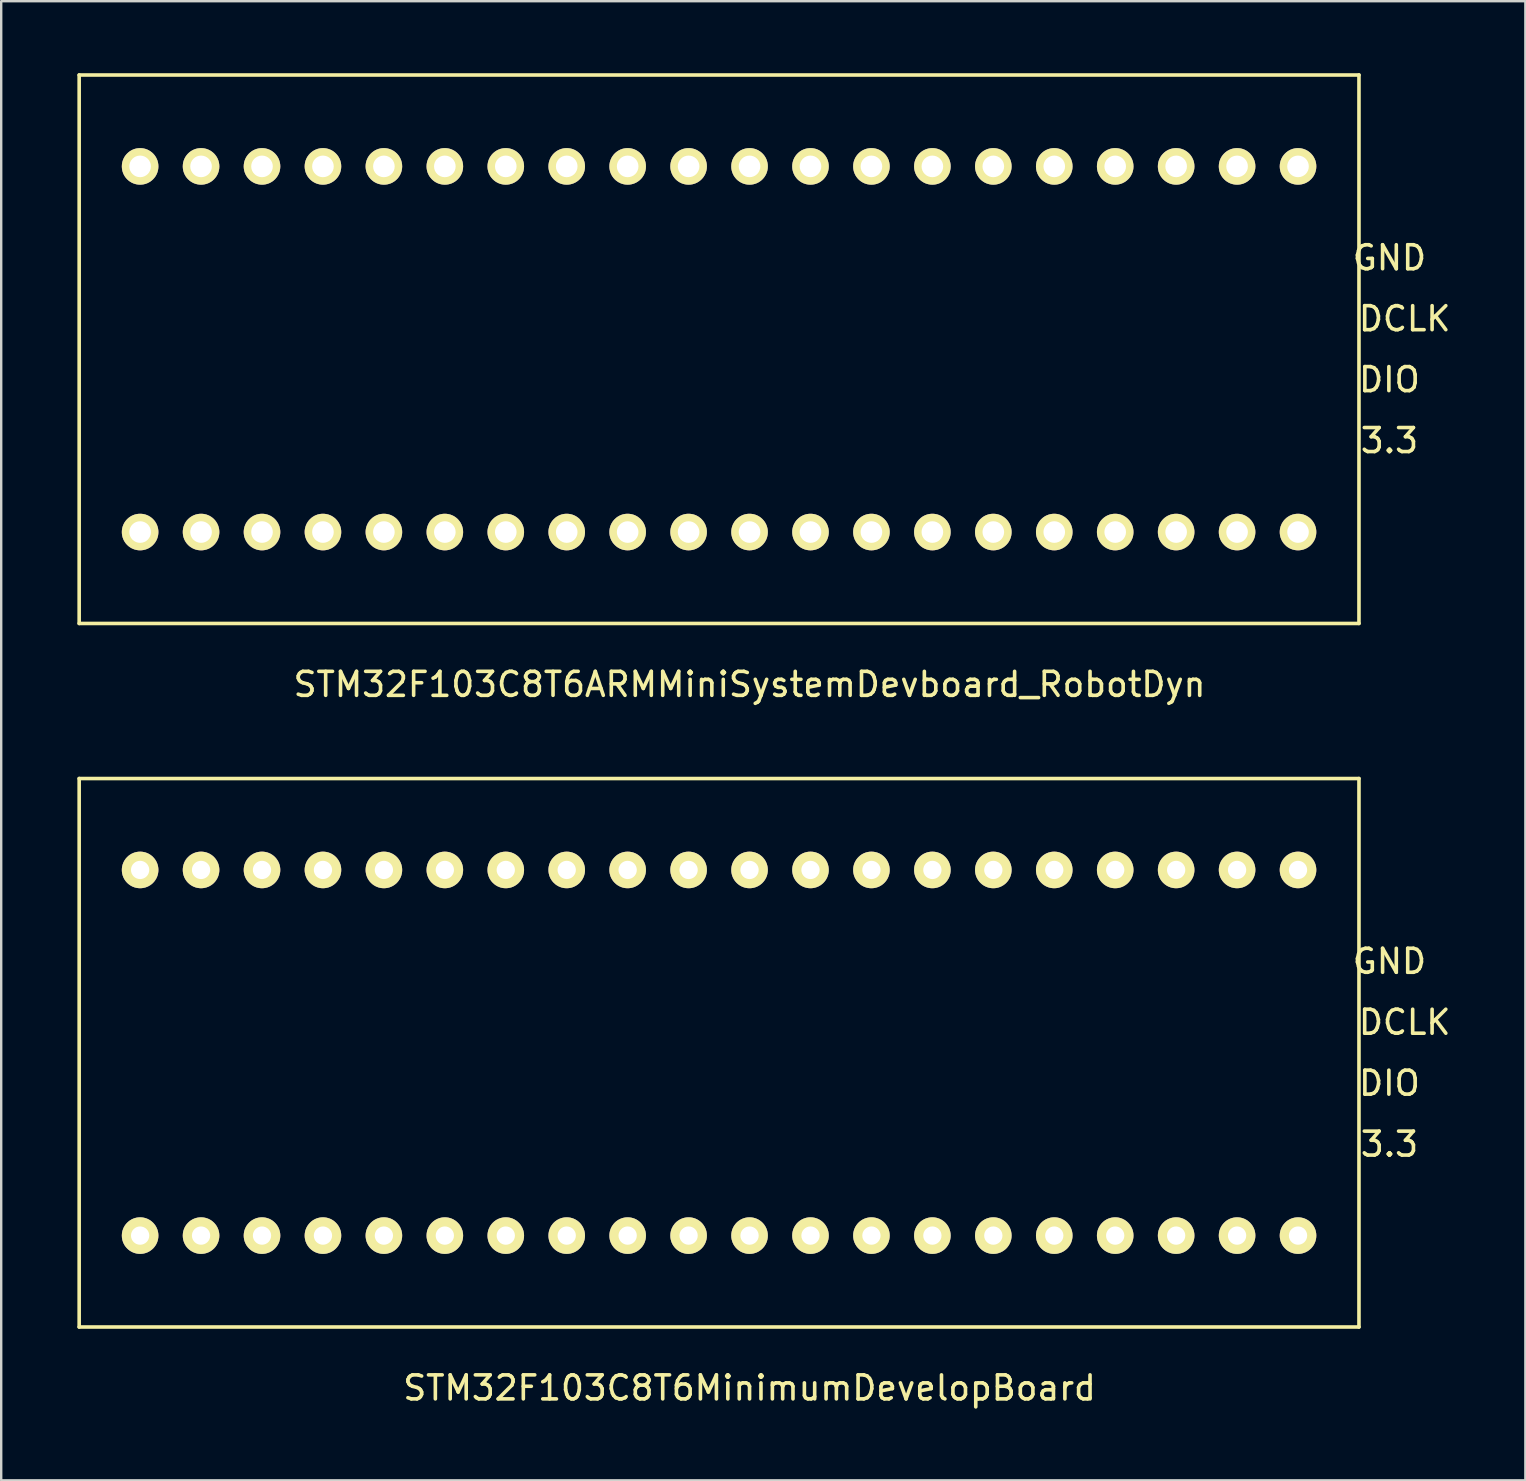
<source format=kicad_pcb>
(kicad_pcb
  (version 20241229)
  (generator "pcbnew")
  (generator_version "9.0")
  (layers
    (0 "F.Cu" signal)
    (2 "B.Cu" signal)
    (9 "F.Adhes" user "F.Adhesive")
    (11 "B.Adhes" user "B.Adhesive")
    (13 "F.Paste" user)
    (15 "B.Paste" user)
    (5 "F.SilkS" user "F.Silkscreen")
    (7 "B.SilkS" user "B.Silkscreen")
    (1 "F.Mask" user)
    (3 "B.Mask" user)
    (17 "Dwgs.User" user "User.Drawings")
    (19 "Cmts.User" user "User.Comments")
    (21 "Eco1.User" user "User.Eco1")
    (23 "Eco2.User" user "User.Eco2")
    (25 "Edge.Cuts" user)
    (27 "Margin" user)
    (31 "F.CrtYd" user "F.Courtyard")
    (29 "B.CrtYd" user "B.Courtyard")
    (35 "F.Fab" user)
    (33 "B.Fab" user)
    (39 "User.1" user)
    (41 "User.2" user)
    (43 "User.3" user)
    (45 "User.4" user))
  (footprint "STM32F103C8T6MinimumDevelopBoard"
    (layer "F.Cu")
    (at 0.25 52.258)
    (property "Reference" "STM32F103C8T6MinimumDevelopBoard" (at 27.94 2.54 0) (layer "F.SilkS") (effects (font (size 1 1) (thickness 0.15))))
    (attr through_hole)
    (fp_line (start 0 -22.86) (end 53.34 -22.86) (stroke (width 0.15) (type solid)) (layer "F.SilkS"))
    (fp_line (start 0 0) (end 0 -22.86) (stroke (width 0.15) (type solid)) (layer "F.SilkS"))
    (fp_line (start 53.34 -22.86) (end 53.34 0) (stroke (width 0.15) (type solid)) (layer "F.SilkS"))
    (fp_line (start 53.34 0) (end 0 0) (stroke (width 0.15) (type solid)) (layer "F.SilkS"))
    (fp_text user "DCLK" (at 55.245 -12.7 0) (layer "F.SilkS") (effects (font (size 1 1) (thickness 0.15))))
    (fp_text user "DIO" (at 54.61 -10.16 0) (layer "F.SilkS") (effects (font (size 1 1) (thickness 0.15))))
    (fp_text user "GND" (at 54.61 -15.24 0) (layer "F.SilkS") (effects (font (size 1 1) (thickness 0.15))))
    (fp_text user "3.3" (at 54.61 -7.62 0) (layer "F.SilkS") (effects (font (size 1 1) (thickness 0.15))))
    (pad "1" thru_hole circle (at 2.54 -3.81) (size 1.524 1.524) (drill 0.762) (layers "*.Cu" "*.Mask" "F.SilkS"))
    (pad "2" thru_hole circle (at 5.08 -3.81) (size 1.524 1.524) (drill 0.762) (layers "*.Cu" "*.Mask" "F.SilkS"))
    (pad "3" thru_hole circle (at 7.62 -3.81) (size 1.524 1.524) (drill 0.762) (layers "*.Cu" "*.Mask" "F.SilkS"))
    (pad "4" thru_hole circle (at 10.16 -3.81) (size 1.524 1.524) (drill 0.762) (layers "*.Cu" "*.Mask" "F.SilkS"))
    (pad "5" thru_hole circle (at 12.7 -3.81) (size 1.524 1.524) (drill 0.762) (layers "*.Cu" "*.Mask" "F.SilkS"))
    (pad "6" thru_hole circle (at 15.24 -3.81) (size 1.524 1.524) (drill 0.762) (layers "*.Cu" "*.Mask" "F.SilkS"))
    (pad "7" thru_hole circle (at 17.78 -3.81) (size 1.524 1.524) (drill 0.762) (layers "*.Cu" "*.Mask" "F.SilkS"))
    (pad "8" thru_hole circle (at 20.32 -3.81) (size 1.524 1.524) (drill 0.762) (layers "*.Cu" "*.Mask" "F.SilkS"))
    (pad "9" thru_hole circle (at 22.86 -3.81) (size 1.524 1.524) (drill 0.762) (layers "*.Cu" "*.Mask" "F.SilkS"))
    (pad "10" thru_hole circle (at 25.4 -3.81) (size 1.524 1.524) (drill 0.762) (layers "*.Cu" "*.Mask" "F.SilkS"))
    (pad "11" thru_hole circle (at 27.94 -3.81) (size 1.524 1.524) (drill 0.762) (layers "*.Cu" "*.Mask" "F.SilkS"))
    (pad "12" thru_hole circle (at 30.48 -3.81) (size 1.524 1.524) (drill 0.762) (layers "*.Cu" "*.Mask" "F.SilkS"))
    (pad "13" thru_hole circle (at 33.02 -3.81) (size 1.524 1.524) (drill 0.762) (layers "*.Cu" "*.Mask" "F.SilkS"))
    (pad "14" thru_hole circle (at 35.56 -3.81) (size 1.524 1.524) (drill 0.762) (layers "*.Cu" "*.Mask" "F.SilkS"))
    (pad "15" thru_hole circle (at 38.1 -3.81) (size 1.524 1.524) (drill 0.762) (layers "*.Cu" "*.Mask" "F.SilkS"))
    (pad "16" thru_hole circle (at 40.64 -3.81) (size 1.524 1.524) (drill 0.762) (layers "*.Cu" "*.Mask" "F.SilkS"))
    (pad "17" thru_hole circle (at 43.18 -3.81) (size 1.524 1.524) (drill 0.762) (layers "*.Cu" "*.Mask" "F.SilkS"))
    (pad "18" thru_hole circle (at 45.72 -3.81) (size 1.524 1.524) (drill 0.762) (layers "*.Cu" "*.Mask" "F.SilkS"))
    (pad "19" thru_hole circle (at 48.26 -3.81) (size 1.524 1.524) (drill 0.762) (layers "*.Cu" "*.Mask" "F.SilkS"))
    (pad "20" thru_hole circle (at 50.8 -3.81) (size 1.524 1.524) (drill 0.762) (layers "*.Cu" "*.Mask" "F.SilkS"))
    (pad "21" thru_hole circle (at 50.8 -19.05) (size 1.524 1.524) (drill 0.762) (layers "*.Cu" "*.Mask" "F.SilkS"))
    (pad "22" thru_hole circle (at 48.26 -19.05) (size 1.524 1.524) (drill 0.762) (layers "*.Cu" "*.Mask" "F.SilkS"))
    (pad "23" thru_hole circle (at 45.72 -19.05) (size 1.524 1.524) (drill 0.762) (layers "*.Cu" "*.Mask" "F.SilkS"))
    (pad "24" thru_hole circle (at 43.18 -19.05) (size 1.524 1.524) (drill 0.762) (layers "*.Cu" "*.Mask" "F.SilkS"))
    (pad "25" thru_hole circle (at 40.64 -19.05) (size 1.524 1.524) (drill 0.762) (layers "*.Cu" "*.Mask" "F.SilkS"))
    (pad "26" thru_hole circle (at 38.1 -19.05) (size 1.524 1.524) (drill 0.762) (layers "*.Cu" "*.Mask" "F.SilkS"))
    (pad "27" thru_hole circle (at 35.56 -19.05) (size 1.524 1.524) (drill 0.762) (layers "*.Cu" "*.Mask" "F.SilkS"))
    (pad "28" thru_hole circle (at 33.02 -19.05) (size 1.524 1.524) (drill 0.762) (layers "*.Cu" "*.Mask" "F.SilkS"))
    (pad "29" thru_hole circle (at 30.48 -19.05) (size 1.524 1.524) (drill 0.762) (layers "*.Cu" "*.Mask" "F.SilkS"))
    (pad "30" thru_hole circle (at 27.94 -19.05) (size 1.524 1.524) (drill 0.762) (layers "*.Cu" "*.Mask" "F.SilkS"))
    (pad "31" thru_hole circle (at 25.4 -19.05) (size 1.524 1.524) (drill 0.762) (layers "*.Cu" "*.Mask" "F.SilkS"))
    (pad "32" thru_hole circle (at 22.86 -19.05) (size 1.524 1.524) (drill 0.762) (layers "*.Cu" "*.Mask" "F.SilkS"))
    (pad "33" thru_hole circle (at 20.32 -19.05) (size 1.524 1.524) (drill 0.762) (layers "*.Cu" "*.Mask" "F.SilkS"))
    (pad "34" thru_hole circle (at 17.78 -19.05) (size 1.524 1.524) (drill 0.762) (layers "*.Cu" "*.Mask" "F.SilkS"))
    (pad "35" thru_hole circle (at 15.24 -19.05) (size 1.524 1.524) (drill 0.762) (layers "*.Cu" "*.Mask" "F.SilkS"))
    (pad "36" thru_hole circle (at 12.7 -19.05) (size 1.524 1.524) (drill 0.762) (layers "*.Cu" "*.Mask" "F.SilkS"))
    (pad "37" thru_hole circle (at 10.16 -19.05) (size 1.524 1.524) (drill 0.762) (layers "*.Cu" "*.Mask" "F.SilkS"))
    (pad "38" thru_hole circle (at 7.62 -19.05) (size 1.524 1.524) (drill 0.762) (layers "*.Cu" "*.Mask" "F.SilkS"))
    (pad "39" thru_hole circle (at 5.08 -19.05) (size 1.524 1.524) (drill 0.762) (layers "*.Cu" "*.Mask" "F.SilkS"))
    (pad "40" thru_hole circle (at 2.54 -19.05) (size 1.524 1.524) (drill 0.762) (layers "*.Cu" "*.Mask" "F.SilkS")))
  (footprint "STM32F103C8T6ARMMiniSystemDevboard_RobotDyn"
    (layer "F.Cu")
    (at 0.25 22.935)
    (property "Reference" "STM32F103C8T6ARMMiniSystemDevboard_RobotDyn" (at 27.94 2.54 0) (layer "F.SilkS") (effects (font (size 1 1) (thickness 0.15))))
    (attr through_hole)
    (fp_line (start 0 -22.86) (end 53.34 -22.86) (stroke (width 0.15) (type solid)) (layer "F.SilkS"))
    (fp_line (start 0 0) (end 0 -22.86) (stroke (width 0.15) (type solid)) (layer "F.SilkS"))
    (fp_line (start 53.34 -22.86) (end 53.34 0) (stroke (width 0.15) (type solid)) (layer "F.SilkS"))
    (fp_line (start 53.34 0) (end 0 0) (stroke (width 0.15) (type solid)) (layer "F.SilkS"))
    (fp_text user "GND" (at 54.61 -15.24 0) (layer "F.SilkS") (effects (font (size 1 1) (thickness 0.15))))
    (fp_text user "3.3" (at 54.61 -7.62 0) (layer "F.SilkS") (effects (font (size 1 1) (thickness 0.15))))
    (fp_text user "DIO" (at 54.61 -10.16 0) (layer "F.SilkS") (effects (font (size 1 1) (thickness 0.15))))
    (fp_text user "DCLK" (at 55.245 -12.7 0) (layer "F.SilkS") (effects (font (size 1 1) (thickness 0.15))))
    (pad "1" thru_hole circle (at 2.54 -3.81) (size 1.524 1.524) (drill 0.9) (layers "*.Cu" "*.Mask" "F.SilkS"))
    (pad "2" thru_hole circle (at 5.08 -3.81) (size 1.524 1.524) (drill 0.9) (layers "*.Cu" "*.Mask" "F.SilkS"))
    (pad "3" thru_hole circle (at 7.62 -3.81) (size 1.524 1.524) (drill 0.9) (layers "*.Cu" "*.Mask" "F.SilkS"))
    (pad "4" thru_hole circle (at 10.16 -3.81) (size 1.524 1.524) (drill 0.9) (layers "*.Cu" "*.Mask" "F.SilkS"))
    (pad "5" thru_hole circle (at 12.7 -3.81) (size 1.524 1.524) (drill 0.9) (layers "*.Cu" "*.Mask" "F.SilkS"))
    (pad "6" thru_hole circle (at 15.24 -3.81) (size 1.524 1.524) (drill 0.9) (layers "*.Cu" "*.Mask" "F.SilkS"))
    (pad "7" thru_hole circle (at 17.78 -3.81) (size 1.524 1.524) (drill 0.9) (layers "*.Cu" "*.Mask" "F.SilkS"))
    (pad "8" thru_hole circle (at 20.32 -3.81) (size 1.524 1.524) (drill 0.9) (layers "*.Cu" "*.Mask" "F.SilkS"))
    (pad "9" thru_hole circle (at 22.86 -3.81) (size 1.524 1.524) (drill 0.9) (layers "*.Cu" "*.Mask" "F.SilkS"))
    (pad "10" thru_hole circle (at 25.4 -3.81) (size 1.524 1.524) (drill 0.9) (layers "*.Cu" "*.Mask" "F.SilkS"))
    (pad "11" thru_hole circle (at 27.94 -3.81) (size 1.524 1.524) (drill 0.9) (layers "*.Cu" "*.Mask" "F.SilkS"))
    (pad "12" thru_hole circle (at 30.48 -3.81) (size 1.524 1.524) (drill 0.9) (layers "*.Cu" "*.Mask" "F.SilkS"))
    (pad "13" thru_hole circle (at 33.02 -3.81) (size 1.524 1.524) (drill 0.9) (layers "*.Cu" "*.Mask" "F.SilkS"))
    (pad "14" thru_hole circle (at 35.56 -3.81) (size 1.524 1.524) (drill 0.9) (layers "*.Cu" "*.Mask" "F.SilkS"))
    (pad "15" thru_hole circle (at 38.1 -3.81) (size 1.524 1.524) (drill 0.9) (layers "*.Cu" "*.Mask" "F.SilkS"))
    (pad "16" thru_hole circle (at 40.64 -3.81) (size 1.524 1.524) (drill 0.9) (layers "*.Cu" "*.Mask" "F.SilkS"))
    (pad "17" thru_hole circle (at 43.18 -3.81) (size 1.524 1.524) (drill 0.9) (layers "*.Cu" "*.Mask" "F.SilkS"))
    (pad "18" thru_hole circle (at 45.72 -3.81) (size 1.524 1.524) (drill 0.9) (layers "*.Cu" "*.Mask" "F.SilkS"))
    (pad "19" thru_hole circle (at 48.26 -3.81) (size 1.524 1.524) (drill 0.9) (layers "*.Cu" "*.Mask" "F.SilkS"))
    (pad "20" thru_hole circle (at 50.8 -3.81) (size 1.524 1.524) (drill 0.9) (layers "*.Cu" "*.Mask" "F.SilkS"))
    (pad "21" thru_hole circle (at 50.8 -19.05) (size 1.524 1.524) (drill 0.9) (layers "*.Cu" "*.Mask" "F.SilkS"))
    (pad "22" thru_hole circle (at 48.26 -19.05) (size 1.524 1.524) (drill 0.9) (layers "*.Cu" "*.Mask" "F.SilkS"))
    (pad "23" thru_hole circle (at 45.72 -19.05) (size 1.524 1.524) (drill 0.9) (layers "*.Cu" "*.Mask" "F.SilkS"))
    (pad "24" thru_hole circle (at 43.18 -19.05) (size 1.524 1.524) (drill 0.9) (layers "*.Cu" "*.Mask" "F.SilkS"))
    (pad "25" thru_hole circle (at 40.64 -19.05) (size 1.524 1.524) (drill 0.9) (layers "*.Cu" "*.Mask" "F.SilkS"))
    (pad "26" thru_hole circle (at 38.1 -19.05) (size 1.524 1.524) (drill 0.9) (layers "*.Cu" "*.Mask" "F.SilkS"))
    (pad "27" thru_hole circle (at 35.56 -19.05) (size 1.524 1.524) (drill 0.9) (layers "*.Cu" "*.Mask" "F.SilkS"))
    (pad "28" thru_hole circle (at 33.02 -19.05) (size 1.524 1.524) (drill 0.9) (layers "*.Cu" "*.Mask" "F.SilkS"))
    (pad "29" thru_hole circle (at 30.48 -19.05) (size 1.524 1.524) (drill 0.9) (layers "*.Cu" "*.Mask" "F.SilkS"))
    (pad "30" thru_hole circle (at 27.94 -19.05) (size 1.524 1.524) (drill 0.9) (layers "*.Cu" "*.Mask" "F.SilkS"))
    (pad "31" thru_hole circle (at 25.4 -19.05) (size 1.524 1.524) (drill 0.9) (layers "*.Cu" "*.Mask" "F.SilkS"))
    (pad "32" thru_hole circle (at 22.86 -19.05) (size 1.524 1.524) (drill 0.9) (layers "*.Cu" "*.Mask" "F.SilkS"))
    (pad "33" thru_hole circle (at 20.32 -19.05) (size 1.524 1.524) (drill 0.9) (layers "*.Cu" "*.Mask" "F.SilkS"))
    (pad "34" thru_hole circle (at 17.78 -19.05) (size 1.524 1.524) (drill 0.9) (layers "*.Cu" "*.Mask" "F.SilkS"))
    (pad "35" thru_hole circle (at 15.24 -19.05) (size 1.524 1.524) (drill 0.9) (layers "*.Cu" "*.Mask" "F.SilkS"))
    (pad "36" thru_hole circle (at 12.7 -19.05) (size 1.524 1.524) (drill 0.9) (layers "*.Cu" "*.Mask" "F.SilkS"))
    (pad "37" thru_hole circle (at 10.16 -19.05) (size 1.524 1.524) (drill 0.9) (layers "*.Cu" "*.Mask" "F.SilkS"))
    (pad "38" thru_hole circle (at 7.62 -19.05) (size 1.524 1.524) (drill 0.9) (layers "*.Cu" "*.Mask" "F.SilkS"))
    (pad "39" thru_hole circle (at 5.08 -19.05) (size 1.524 1.524) (drill 0.9) (layers "*.Cu" "*.Mask" "F.SilkS"))
    (pad "40" thru_hole circle (at 2.54 -19.05) (size 1.524 1.524) (drill 0.9) (layers "*.Cu" "*.Mask" "F.SilkS")))
  (gr_rect
    (start -3 -3)
    (end 60.525 58.647)
    (stroke (width 0.1) (type default))
    (fill no)
    (layer "Edge.Cuts")))
</source>
